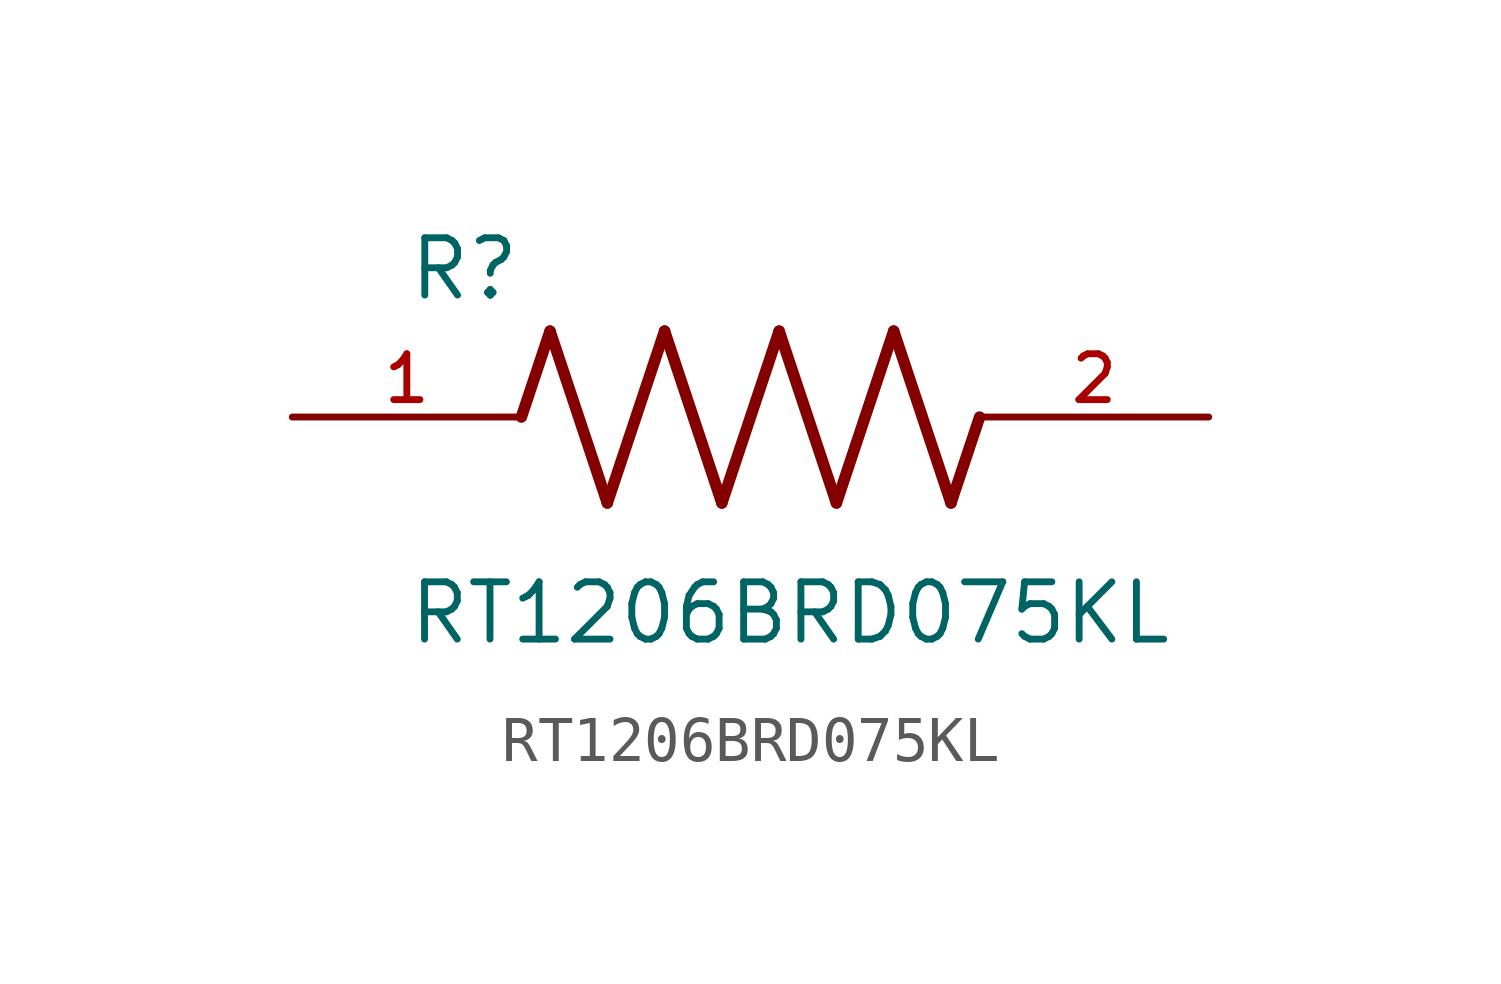
<source format=kicad_sym>
(kicad_symbol_lib
  (version 20211014)
  (generator kicad_symbol_editor)
  (symbol "RT1206BRD075KL"
    (pin_names
      (offset 1.016))
    (property "Reference" "R"
      (at -7.624 2.541 0)
      (effects (font (size 1.27 1.27)) (justify bottom left)))
    (property "Value" "RT1206BRD075KL"
      (at -7.63 -5.087 0)
      (effects (font (size 1.27 1.27)) (justify bottom left)))
    (symbol "RT1206BRD075KL_0_0"
      (polyline (pts (xy -5.08 0.0) (xy -4.445 1.905)) (stroke (width 0.254)))
      (polyline (pts (xy -4.445 1.905) (xy -3.175 -1.905)) (stroke (width 0.254)))
      (polyline (pts (xy -3.175 -1.905) (xy -1.905 1.905)) (stroke (width 0.254)))
      (polyline (pts (xy -1.905 1.905) (xy -0.635 -1.905)) (stroke (width 0.254)))
      (polyline (pts (xy -0.635 -1.905) (xy 0.635 1.905)) (stroke (width 0.254)))
      (polyline (pts (xy 0.635 1.905) (xy 1.905 -1.905)) (stroke (width 0.254)))
      (polyline (pts (xy 1.905 -1.905) (xy 3.175 1.905)) (stroke (width 0.254)))
      (polyline (pts (xy 3.175 1.905) (xy 4.445 -1.905)) (stroke (width 0.254)))
      (polyline (pts (xy 4.445 -1.905) (xy 5.08 0.0)) (stroke (width 0.254)))
      (pin passive line (at -10.16 0.0 0) (length 5.08) (name "~" (effects (font (size 1.016 1.016)))) (number "1" (effects (font (size 1.016 1.016)))))
      (pin passive line (at 10.16 0.0 180.0) (length 5.08) (name "~" (effects (font (size 1.016 1.016)))) (number "2" (effects (font (size 1.016 1.016))))))))
</source>
